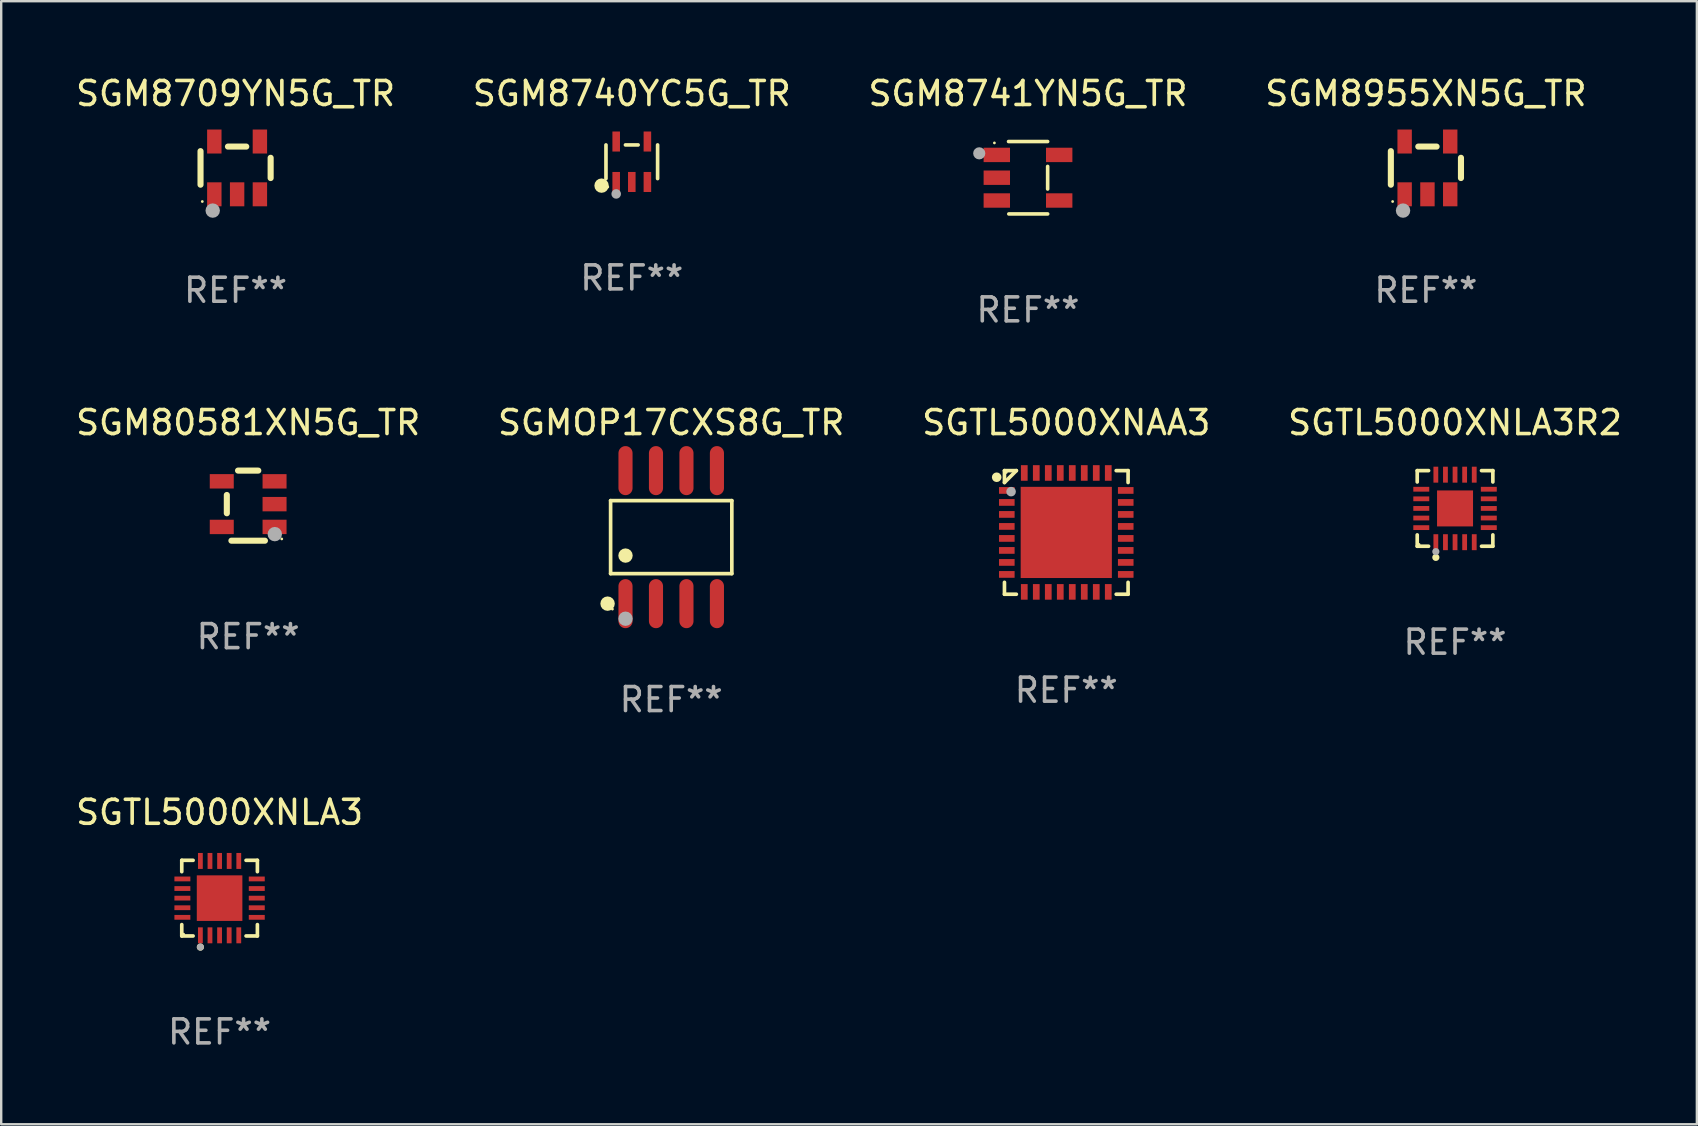
<source format=kicad_pcb>
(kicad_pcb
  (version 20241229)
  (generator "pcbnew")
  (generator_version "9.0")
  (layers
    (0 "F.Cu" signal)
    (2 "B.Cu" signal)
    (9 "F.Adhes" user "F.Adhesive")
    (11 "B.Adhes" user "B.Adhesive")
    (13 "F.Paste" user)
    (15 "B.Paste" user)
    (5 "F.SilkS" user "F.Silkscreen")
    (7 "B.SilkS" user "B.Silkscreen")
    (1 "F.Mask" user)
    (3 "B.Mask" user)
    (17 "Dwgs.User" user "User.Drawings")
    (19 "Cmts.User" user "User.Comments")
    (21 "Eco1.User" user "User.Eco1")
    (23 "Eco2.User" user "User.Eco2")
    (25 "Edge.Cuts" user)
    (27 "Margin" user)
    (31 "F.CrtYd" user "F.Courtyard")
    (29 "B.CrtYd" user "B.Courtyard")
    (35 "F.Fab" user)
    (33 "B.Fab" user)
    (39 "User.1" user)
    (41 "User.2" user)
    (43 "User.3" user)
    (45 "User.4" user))
  (footprint "SGTL5000XNLA3R2"
    (layer "F.Cu")
    (at 57.589 18.139)
    (property "Reference" "SGTL5000XNLA3R2" (at 0 -3.576 0) (layer "F.SilkS") (effects (font (size 1 1) (thickness 0.15))))
    (attr through_hole)
    (fp_line (start -1.576 -1.576) (end -1.103 -1.576) (stroke (width 0.152) (type solid)) (layer "F.SilkS"))
    (fp_line (start -1.576 -1.103) (end -1.576 -1.576) (stroke (width 0.152) (type solid)) (layer "F.SilkS"))
    (fp_line (start -1.576 1.103) (end -1.576 1.576) (stroke (width 0.152) (type solid)) (layer "F.SilkS"))
    (fp_line (start -1.576 1.576) (end -1.103 1.576) (stroke (width 0.152) (type solid)) (layer "F.SilkS"))
    (fp_line (start 1.576 -1.576) (end 1.103 -1.576) (stroke (width 0.152) (type solid)) (layer "F.SilkS"))
    (fp_line (start 1.576 -1.103) (end 1.576 -1.576) (stroke (width 0.152) (type solid)) (layer "F.SilkS"))
    (fp_line (start 1.576 1.103) (end 1.576 1.576) (stroke (width 0.152) (type solid)) (layer "F.SilkS"))
    (fp_line (start 1.576 1.576) (end 1.103 1.576) (stroke (width 0.152) (type solid)) (layer "F.SilkS"))
    (fp_circle (center -1.5 1.5) (end -1.47 1.5) (stroke (width 0.06) (type solid)) (fill no) (layer "F.SilkS"))
    (fp_circle (center -0.8 2.04) (end -0.725 2.04) (stroke (width 0.15) (type solid)) (fill no) (layer "F.SilkS"))
    (fp_circle (center -0.8 1.8) (end -0.725 1.8) (stroke (width 0.15) (type solid)) (fill no) (layer "F.Fab"))
    (fp_text user "REF**" (at 0 5.576 0) (layer "F.Fab") (effects (font (size 1 1) (thickness 0.15))))
    (pad "1" smd rect (at -0.8 1.407) (size 0.2 0.665) (layers "F.Cu" "F.Mask" "F.Paste"))
    (pad "2" smd rect (at -0.4 1.407) (size 0.2 0.665) (layers "F.Cu" "F.Mask" "F.Paste"))
    (pad "3" smd rect (at 0 1.407) (size 0.2 0.665) (layers "F.Cu" "F.Mask" "F.Paste"))
    (pad "4" smd rect (at 0.4 1.407) (size 0.2 0.665) (layers "F.Cu" "F.Mask" "F.Paste"))
    (pad "5" smd rect (at 0.8 1.407) (size 0.2 0.665) (layers "F.Cu" "F.Mask" "F.Paste"))
    (pad "6" smd rect (at 1.407 0.8) (size 0.665 0.2) (layers "F.Cu" "F.Mask" "F.Paste"))
    (pad "7" smd rect (at 1.407 0.4) (size 0.665 0.2) (layers "F.Cu" "F.Mask" "F.Paste"))
    (pad "8" smd rect (at 1.407 0) (size 0.665 0.2) (layers "F.Cu" "F.Mask" "F.Paste"))
    (pad "9" smd rect (at 1.407 -0.4) (size 0.665 0.2) (layers "F.Cu" "F.Mask" "F.Paste"))
    (pad "10" smd rect (at 1.407 -0.8) (size 0.665 0.2) (layers "F.Cu" "F.Mask" "F.Paste"))
    (pad "11" smd rect (at 0.8 -1.407) (size 0.2 0.665) (layers "F.Cu" "F.Mask" "F.Paste"))
    (pad "12" smd rect (at 0.4 -1.407) (size 0.2 0.665) (layers "F.Cu" "F.Mask" "F.Paste"))
    (pad "13" smd rect (at 0 -1.407) (size 0.2 0.665) (layers "F.Cu" "F.Mask" "F.Paste"))
    (pad "14" smd rect (at -0.4 -1.407) (size 0.2 0.665) (layers "F.Cu" "F.Mask" "F.Paste"))
    (pad "15" smd rect (at -0.8 -1.407) (size 0.2 0.665) (layers "F.Cu" "F.Mask" "F.Paste"))
    (pad "16" smd rect (at -1.407 -0.8) (size 0.665 0.2) (layers "F.Cu" "F.Mask" "F.Paste"))
    (pad "17" smd rect (at -1.407 -0.4) (size 0.665 0.2) (layers "F.Cu" "F.Mask" "F.Paste"))
    (pad "18" smd rect (at -1.407 0) (size 0.665 0.2) (layers "F.Cu" "F.Mask" "F.Paste"))
    (pad "19" smd rect (at -1.407 0.4) (size 0.665 0.2) (layers "F.Cu" "F.Mask" "F.Paste"))
    (pad "20" smd rect (at -1.407 0.8) (size 0.665 0.2) (layers "F.Cu" "F.Mask" "F.Paste"))
    (pad "21" smd rect (at 0 0) (size 1.5 1.5) (layers "F.Cu" "F.Mask" "F.Paste")))
  (footprint "SGM80581XN5G_TR"
    (layer "F.Cu")
    (at 7.292 18.023)
    (property "Reference" "SGM80581XN5G_TR" (at 0 -3.461 0) (layer "F.SilkS") (effects (font (size 1 1) (thickness 0.15))))
    (attr through_hole)
    (fp_line (start -0.889 0.317) (end -0.889 -0.445) (stroke (width 0.254) (type solid)) (layer "F.SilkS"))
    (fp_line (start -0.698 1.46) (end 0.699 1.461) (stroke (width 0.254) (type solid)) (layer "F.SilkS"))
    (fp_line (start -0.422 -1.461) (end 0.422 -1.461) (stroke (width 0.254) (type solid)) (layer "F.SilkS"))
    (fp_circle (center 1.4 1.387) (end 1.43 1.387) (stroke (width 0.06) (type solid)) (fill no) (layer "F.SilkS"))
    (fp_circle (center 1.11 1.187) (end 1.26 1.187) (stroke (width 0.3) (type solid)) (fill no) (layer "F.Fab"))
    (fp_text user "REF**" (at 0 5.461 0) (layer "F.Fab") (effects (font (size 1 1) (thickness 0.15))))
    (pad "1" smd rect (at 1.1 0.886 90) (size 0.6 1) (layers "F.Cu" "F.Mask" "F.Paste"))
    (pad "2" smd rect (at 1.1 -0.063 90) (size 0.6 1) (layers "F.Cu" "F.Mask" "F.Paste"))
    (pad "3" smd rect (at 1.1 -1.013 90) (size 0.6 1) (layers "F.Cu" "F.Mask" "F.Paste"))
    (pad "4" smd rect (at -1.1 -1.014 90) (size 0.6 1) (layers "F.Cu" "F.Mask" "F.Paste"))
    (pad "5" smd rect (at -1.1 0.887 90) (size 0.6 1) (layers "F.Cu" "F.Mask" "F.Paste")))
  (footprint "SGM8955XN5G_TR"
    (layer "F.Cu")
    (at 56.375 3.948)
    (property "Reference" "SGM8955XN5G_TR" (at 0 -3.1 0) (layer "F.SilkS") (effects (font (size 1 1) (thickness 0.15))))
    (attr through_hole)
    (fp_line (start -1.461 -0.699) (end -1.461 0.699) (stroke (width 0.254) (type solid)) (layer "F.SilkS"))
    (fp_line (start -0.318 -0.889) (end 0.445 -0.889) (stroke (width 0.254) (type solid)) (layer "F.SilkS"))
    (fp_line (start 1.461 -0.422) (end 1.461 0.422) (stroke (width 0.254) (type solid)) (layer "F.SilkS"))
    (fp_circle (center -1.387 1.4) (end -1.357 1.4) (stroke (width 0.06) (type solid)) (fill no) (layer "F.SilkS"))
    (fp_circle (center -0.953 1.778) (end -0.802 1.778) (stroke (width 0.3) (type solid)) (fill no) (layer "F.Fab"))
    (fp_text user "REF**" (at 0 5.1 0) (layer "F.Fab") (effects (font (size 1 1) (thickness 0.15))))
    (pad "1" smd rect (at -0.886 1.1) (size 0.6 1) (layers "F.Cu" "F.Mask" "F.Paste"))
    (pad "2" smd rect (at 0.064 1.1) (size 0.6 1) (layers "F.Cu" "F.Mask" "F.Paste"))
    (pad "3" smd rect (at 1.013 1.1) (size 0.6 1) (layers "F.Cu" "F.Mask" "F.Paste"))
    (pad "4" smd rect (at 1.013 -1.1) (size 0.6 1) (layers "F.Cu" "F.Mask" "F.Paste"))
    (pad "5" smd rect (at -0.886 -1.1) (size 0.6 1) (layers "F.Cu" "F.Mask" "F.Paste")))
  (footprint "SGTL5000XNAA3"
    (layer "F.Cu")
    (at 41.387 19.139)
    (property "Reference" "SGTL5000XNAA3" (at 0 -4.576 0) (layer "F.SilkS") (effects (font (size 1 1) (thickness 0.15))))
    (attr through_hole)
    (fp_line (start -2.576 -2.576) (end -2.576 -2.08) (stroke (width 0.152) (type solid)) (layer "F.SilkS"))
    (fp_line (start -2.576 2.576) (end -2.576 2.08) (stroke (width 0.152) (type solid)) (layer "F.SilkS"))
    (fp_line (start -2.08 -2.576) (end -2.576 -2.576) (stroke (width 0.152) (type solid)) (layer "F.SilkS"))
    (fp_line (start -2.08 -2.576) (end -2.576 -2.08) (stroke (width 0.152) (type solid)) (layer "F.SilkS"))
    (fp_line (start -2.08 2.576) (end -2.576 2.576) (stroke (width 0.152) (type solid)) (layer "F.SilkS"))
    (fp_line (start 2.08 -2.576) (end 2.576 -2.576) (stroke (width 0.152) (type solid)) (layer "F.SilkS"))
    (fp_line (start 2.08 2.576) (end 2.576 2.576) (stroke (width 0.152) (type solid)) (layer "F.SilkS"))
    (fp_line (start 2.576 -2.576) (end 2.576 -2.08) (stroke (width 0.152) (type solid)) (layer "F.SilkS"))
    (fp_line (start 2.576 2.576) (end 2.576 2.08) (stroke (width 0.152) (type solid)) (layer "F.SilkS"))
    (fp_circle (center -2.9 -2.3) (end -2.8 -2.3) (stroke (width 0.2) (type solid)) (fill no) (layer "F.SilkS"))
    (fp_circle (center -2.5 -2.5) (end -2.47 -2.5) (stroke (width 0.06) (type solid)) (fill no) (layer "F.SilkS"))
    (fp_circle (center -2.3 -1.7) (end -2.2 -1.7) (stroke (width 0.2) (type solid)) (fill no) (layer "F.Fab"))
    (fp_text user "REF**" (at 0 6.576 0) (layer "F.Fab") (effects (font (size 1 1) (thickness 0.15))))
    (pad "1" smd rect (at -2.478 -1.75) (size 0.65 0.28) (layers "F.Cu" "F.Mask" "F.Paste"))
    (pad "2" smd rect (at -2.478 -1.25) (size 0.65 0.28) (layers "F.Cu" "F.Mask" "F.Paste"))
    (pad "3" smd rect (at -2.478 -0.75) (size 0.65 0.28) (layers "F.Cu" "F.Mask" "F.Paste"))
    (pad "4" smd rect (at -2.478 -0.25) (size 0.65 0.28) (layers "F.Cu" "F.Mask" "F.Paste"))
    (pad "5" smd rect (at -2.478 0.25) (size 0.65 0.28) (layers "F.Cu" "F.Mask" "F.Paste"))
    (pad "6" smd rect (at -2.478 0.75) (size 0.65 0.28) (layers "F.Cu" "F.Mask" "F.Paste"))
    (pad "7" smd rect (at -2.478 1.25) (size 0.65 0.28) (layers "F.Cu" "F.Mask" "F.Paste"))
    (pad "8" smd rect (at -2.478 1.75) (size 0.65 0.28) (layers "F.Cu" "F.Mask" "F.Paste"))
    (pad "9" smd rect (at -1.75 2.478) (size 0.28 0.65) (layers "F.Cu" "F.Mask" "F.Paste"))
    (pad "10" smd rect (at -1.25 2.478) (size 0.28 0.65) (layers "F.Cu" "F.Mask" "F.Paste"))
    (pad "11" smd rect (at -0.75 2.478) (size 0.28 0.65) (layers "F.Cu" "F.Mask" "F.Paste"))
    (pad "12" smd rect (at -0.25 2.478) (size 0.28 0.65) (layers "F.Cu" "F.Mask" "F.Paste"))
    (pad "13" smd rect (at 0.25 2.478) (size 0.28 0.65) (layers "F.Cu" "F.Mask" "F.Paste"))
    (pad "14" smd rect (at 0.75 2.478) (size 0.28 0.65) (layers "F.Cu" "F.Mask" "F.Paste"))
    (pad "15" smd rect (at 1.25 2.478) (size 0.28 0.65) (layers "F.Cu" "F.Mask" "F.Paste"))
    (pad "16" smd rect (at 1.75 2.478) (size 0.28 0.65) (layers "F.Cu" "F.Mask" "F.Paste"))
    (pad "17" smd rect (at 2.478 1.75) (size 0.65 0.28) (layers "F.Cu" "F.Mask" "F.Paste"))
    (pad "18" smd rect (at 2.478 1.25) (size 0.65 0.28) (layers "F.Cu" "F.Mask" "F.Paste"))
    (pad "19" smd rect (at 2.478 0.75) (size 0.65 0.28) (layers "F.Cu" "F.Mask" "F.Paste"))
    (pad "20" smd rect (at 2.478 0.25) (size 0.65 0.28) (layers "F.Cu" "F.Mask" "F.Paste"))
    (pad "21" smd rect (at 2.478 -0.25) (size 0.65 0.28) (layers "F.Cu" "F.Mask" "F.Paste"))
    (pad "22" smd rect (at 2.478 -0.75) (size 0.65 0.28) (layers "F.Cu" "F.Mask" "F.Paste"))
    (pad "23" smd rect (at 2.478 -1.25) (size 0.65 0.28) (layers "F.Cu" "F.Mask" "F.Paste"))
    (pad "24" smd rect (at 2.478 -1.75) (size 0.65 0.28) (layers "F.Cu" "F.Mask" "F.Paste"))
    (pad "25" smd rect (at 1.75 -2.478) (size 0.28 0.65) (layers "F.Cu" "F.Mask" "F.Paste"))
    (pad "26" smd rect (at 1.25 -2.478) (size 0.28 0.65) (layers "F.Cu" "F.Mask" "F.Paste"))
    (pad "27" smd rect (at 0.75 -2.478) (size 0.28 0.65) (layers "F.Cu" "F.Mask" "F.Paste"))
    (pad "28" smd rect (at 0.25 -2.478) (size 0.28 0.65) (layers "F.Cu" "F.Mask" "F.Paste"))
    (pad "29" smd rect (at -0.25 -2.478) (size 0.28 0.65) (layers "F.Cu" "F.Mask" "F.Paste"))
    (pad "30" smd rect (at -0.75 -2.478) (size 0.28 0.65) (layers "F.Cu" "F.Mask" "F.Paste"))
    (pad "31" smd rect (at -1.25 -2.478) (size 0.28 0.65) (layers "F.Cu" "F.Mask" "F.Paste"))
    (pad "32" smd rect (at -1.75 -2.478) (size 0.28 0.65) (layers "F.Cu" "F.Mask" "F.Paste"))
    (pad "33" smd rect (at 0 0) (size 3.8 3.8) (layers "F.Cu" "F.Mask" "F.Paste")))
  (footprint "SGMOP17CXS8G_TR"
    (layer "F.Cu")
    (at 24.923 19.335)
    (property "Reference" "SGMOP17CXS8G_TR" (at 0 -4.772 0) (layer "F.SilkS") (effects (font (size 1 1) (thickness 0.15))))
    (attr through_hole)
    (fp_line (start -2.526 -1.521) (end 2.526 -1.521) (stroke (width 0.152) (type solid)) (layer "F.SilkS"))
    (fp_line (start -2.526 1.521) (end -2.526 -1.521) (stroke (width 0.152) (type solid)) (layer "F.SilkS"))
    (fp_line (start 2.526 -1.521) (end 2.526 1.521) (stroke (width 0.152) (type solid)) (layer "F.SilkS"))
    (fp_line (start 2.526 1.521) (end -2.526 1.521) (stroke (width 0.152) (type solid)) (layer "F.SilkS"))
    (fp_circle (center -2.652 2.772) (end -2.501 2.772) (stroke (width 0.3) (type solid)) (fill no) (layer "F.SilkS"))
    (fp_circle (center -2.45 3) (end -2.42 3) (stroke (width 0.06) (type solid)) (fill no) (layer "F.SilkS"))
    (fp_circle (center -1.905 0.769) (end -1.755 0.769) (stroke (width 0.3) (type solid)) (fill no) (layer "F.SilkS"))
    (fp_circle (center -1.905 3.4) (end -1.755 3.4) (stroke (width 0.3) (type solid)) (fill no) (layer "F.Fab"))
    (fp_text user "REF**" (at 0 6.772 0) (layer "F.Fab") (effects (font (size 1 1) (thickness 0.15))))
    (pad "1" smd oval (at -1.905 2.772) (size 0.588 2.045) (layers "F.Cu" "F.Mask" "F.Paste"))
    (pad "2" smd oval (at -0.635 2.772) (size 0.588 2.045) (layers "F.Cu" "F.Mask" "F.Paste"))
    (pad "3" smd oval (at 0.635 2.772) (size 0.588 2.045) (layers "F.Cu" "F.Mask" "F.Paste"))
    (pad "4" smd oval (at 1.905 2.772) (size 0.588 2.045) (layers "F.Cu" "F.Mask" "F.Paste"))
    (pad "5" smd oval (at 1.905 -2.772) (size 0.588 2.045) (layers "F.Cu" "F.Mask" "F.Paste"))
    (pad "6" smd oval (at 0.635 -2.772) (size 0.588 2.045) (layers "F.Cu" "F.Mask" "F.Paste"))
    (pad "7" smd oval (at -0.635 -2.772) (size 0.588 2.045) (layers "F.Cu" "F.Mask" "F.Paste"))
    (pad "8" smd oval (at -1.905 -2.772) (size 0.588 2.045) (layers "F.Cu" "F.Mask" "F.Paste")))
  (footprint "SGM8709YN5G_TR"
    (layer "F.Cu")
    (at 6.768 3.948)
    (property "Reference" "SGM8709YN5G_TR" (at 0 -3.1 0) (layer "F.SilkS") (effects (font (size 1 1) (thickness 0.15))))
    (attr through_hole)
    (fp_line (start -1.461 -0.699) (end -1.461 0.699) (stroke (width 0.254) (type solid)) (layer "F.SilkS"))
    (fp_line (start -0.318 -0.889) (end 0.445 -0.889) (stroke (width 0.254) (type solid)) (layer "F.SilkS"))
    (fp_line (start 1.461 -0.422) (end 1.461 0.422) (stroke (width 0.254) (type solid)) (layer "F.SilkS"))
    (fp_circle (center -1.387 1.4) (end -1.357 1.4) (stroke (width 0.06) (type solid)) (fill no) (layer "F.SilkS"))
    (fp_circle (center -0.953 1.778) (end -0.802 1.778) (stroke (width 0.3) (type solid)) (fill no) (layer "F.Fab"))
    (fp_text user "REF**" (at 0 5.1 0) (layer "F.Fab") (effects (font (size 1 1) (thickness 0.15))))
    (pad "1" smd rect (at -0.886 1.1) (size 0.6 1) (layers "F.Cu" "F.Mask" "F.Paste"))
    (pad "2" smd rect (at 0.064 1.1) (size 0.6 1) (layers "F.Cu" "F.Mask" "F.Paste"))
    (pad "3" smd rect (at 1.013 1.1) (size 0.6 1) (layers "F.Cu" "F.Mask" "F.Paste"))
    (pad "4" smd rect (at 1.013 -1.1) (size 0.6 1) (layers "F.Cu" "F.Mask" "F.Paste"))
    (pad "5" smd rect (at -0.886 -1.1) (size 0.6 1) (layers "F.Cu" "F.Mask" "F.Paste")))
  (footprint "SGTL5000XNLA3"
    (layer "F.Cu")
    (at 6.101 34.38)
    (property "Reference" "SGTL5000XNLA3" (at 0 -3.576 0) (layer "F.SilkS") (effects (font (size 1 1) (thickness 0.15))))
    (attr through_hole)
    (fp_line (start -1.576 -1.576) (end -1.103 -1.576) (stroke (width 0.152) (type solid)) (layer "F.SilkS"))
    (fp_line (start -1.576 -1.103) (end -1.576 -1.576) (stroke (width 0.152) (type solid)) (layer "F.SilkS"))
    (fp_line (start -1.576 1.103) (end -1.576 1.576) (stroke (width 0.152) (type solid)) (layer "F.SilkS"))
    (fp_line (start -1.576 1.576) (end -1.103 1.576) (stroke (width 0.152) (type solid)) (layer "F.SilkS"))
    (fp_line (start 1.576 -1.576) (end 1.103 -1.576) (stroke (width 0.152) (type solid)) (layer "F.SilkS"))
    (fp_line (start 1.576 -1.103) (end 1.576 -1.576) (stroke (width 0.152) (type solid)) (layer "F.SilkS"))
    (fp_line (start 1.576 1.103) (end 1.576 1.576) (stroke (width 0.152) (type solid)) (layer "F.SilkS"))
    (fp_line (start 1.576 1.576) (end 1.103 1.576) (stroke (width 0.152) (type solid)) (layer "F.SilkS"))
    (fp_circle (center -1.5 1.5) (end -1.47 1.5) (stroke (width 0.06) (type solid)) (fill no) (layer "F.SilkS"))
    (fp_circle (center -0.8 2.04) (end -0.725 2.04) (stroke (width 0.15) (type solid)) (fill no) (layer "F.SilkS"))
    (fp_circle (center -0.8 2.04) (end -0.725 2.04) (stroke (width 0.15) (type solid)) (fill no) (layer "F.Fab"))
    (fp_text user "REF**" (at 0 5.576 0) (layer "F.Fab") (effects (font (size 1 1) (thickness 0.15))))
    (pad "1" smd rect (at -0.8 1.55) (size 0.2 0.665) (layers "F.Cu" "F.Mask" "F.Paste"))
    (pad "2" smd rect (at -0.4 1.55) (size 0.2 0.665) (layers "F.Cu" "F.Mask" "F.Paste"))
    (pad "3" smd rect (at 0 1.55) (size 0.2 0.665) (layers "F.Cu" "F.Mask" "F.Paste"))
    (pad "4" smd rect (at 0.4 1.55) (size 0.2 0.665) (layers "F.Cu" "F.Mask" "F.Paste"))
    (pad "5" smd rect (at 0.8 1.55) (size 0.2 0.665) (layers "F.Cu" "F.Mask" "F.Paste"))
    (pad "6" smd rect (at 1.55 0.8) (size 0.665 0.2) (layers "F.Cu" "F.Mask" "F.Paste"))
    (pad "7" smd rect (at 1.55 0.4) (size 0.665 0.2) (layers "F.Cu" "F.Mask" "F.Paste"))
    (pad "8" smd rect (at 1.55 0) (size 0.665 0.2) (layers "F.Cu" "F.Mask" "F.Paste"))
    (pad "9" smd rect (at 1.55 -0.4) (size 0.665 0.2) (layers "F.Cu" "F.Mask" "F.Paste"))
    (pad "10" smd rect (at 1.55 -0.8) (size 0.665 0.2) (layers "F.Cu" "F.Mask" "F.Paste"))
    (pad "11" smd rect (at 0.8 -1.55) (size 0.2 0.665) (layers "F.Cu" "F.Mask" "F.Paste"))
    (pad "12" smd rect (at 0.4 -1.55) (size 0.2 0.665) (layers "F.Cu" "F.Mask" "F.Paste"))
    (pad "13" smd rect (at 0 -1.55) (size 0.2 0.665) (layers "F.Cu" "F.Mask" "F.Paste"))
    (pad "14" smd rect (at -0.4 -1.55) (size 0.2 0.665) (layers "F.Cu" "F.Mask" "F.Paste"))
    (pad "15" smd rect (at -0.8 -1.55) (size 0.2 0.665) (layers "F.Cu" "F.Mask" "F.Paste"))
    (pad "16" smd rect (at -1.55 -0.8) (size 0.665 0.2) (layers "F.Cu" "F.Mask" "F.Paste"))
    (pad "17" smd rect (at -1.55 -0.4) (size 0.665 0.2) (layers "F.Cu" "F.Mask" "F.Paste"))
    (pad "18" smd rect (at -1.55 0) (size 0.665 0.2) (layers "F.Cu" "F.Mask" "F.Paste"))
    (pad "19" smd rect (at -1.55 0.4) (size 0.665 0.2) (layers "F.Cu" "F.Mask" "F.Paste"))
    (pad "20" smd rect (at -1.55 0.8) (size 0.665 0.2) (layers "F.Cu" "F.Mask" "F.Paste"))
    (pad "21" smd rect (at 0 0) (size 1.9 1.9) (layers "F.Cu" "F.Mask" "F.Paste")))
  (footprint "SGM8740YC5G_TR"
    (layer "F.Cu")
    (at 23.28 3.691)
    (property "Reference" "SGM8740YC5G_TR" (at 0 -2.843 0) (layer "F.SilkS") (effects (font (size 1 1) (thickness 0.15))))
    (attr through_hole)
    (fp_line (start -1.076 0.701) (end -1.076 -0.701) (stroke (width 0.152) (type solid)) (layer "F.SilkS"))
    (fp_line (start 0.264 -0.701) (end -0.264 -0.701) (stroke (width 0.152) (type solid)) (layer "F.SilkS"))
    (fp_line (start 1.076 0.701) (end 1.076 -0.701) (stroke (width 0.152) (type solid)) (layer "F.SilkS"))
    (fp_circle (center -1.26 0.995) (end -1.11 0.995) (stroke (width 0.3) (type solid)) (fill no) (layer "F.SilkS"))
    (fp_circle (center -1 1.05) (end -0.97 1.05) (stroke (width 0.06) (type solid)) (fill no) (layer "F.SilkS"))
    (fp_circle (center -0.65 1.341) (end -0.55 1.341) (stroke (width 0.2) (type solid)) (fill no) (layer "F.Fab"))
    (fp_text user "REF**" (at 0 4.843 0) (layer "F.Fab") (effects (font (size 1 1) (thickness 0.15))))
    (pad "1" smd rect (at -0.65 0.843) (size 0.315 0.835) (layers "F.Cu" "F.Mask" "F.Paste"))
    (pad "2" smd rect (at 0.00014 0.843) (size 0.315 0.835) (layers "F.Cu" "F.Mask" "F.Paste"))
    (pad "3" smd rect (at 0.65 0.843) (size 0.315 0.835) (layers "F.Cu" "F.Mask" "F.Paste"))
    (pad "4" smd rect (at 0.65 -0.843) (size 0.315 0.835) (layers "F.Cu" "F.Mask" "F.Paste"))
    (pad "5" smd rect (at -0.65 -0.843) (size 0.315 0.835) (layers "F.Cu" "F.Mask" "F.Paste")))
  (footprint "SGM8741YN5G_TR"
    (layer "F.Cu")
    (at 39.792 4.357)
    (property "Reference" "SGM8741YN5G_TR" (at 0 -3.509 0) (layer "F.SilkS") (effects (font (size 1 1) (thickness 0.15))))
    (attr through_hole)
    (fp_line (start -0.811 -1.509) (end 0.819 -1.509) (stroke (width 0.15) (type solid)) (layer "F.SilkS"))
    (fp_line (start -0.8 1.509) (end 0.82 1.509) (stroke (width 0.15) (type solid)) (layer "F.SilkS"))
    (fp_line (start 0.819 -0.472) (end 0.819 0.47) (stroke (width 0.15) (type solid)) (layer "F.SilkS"))
    (fp_circle (center -1.4 -1.451) (end -1.37 -1.451) (stroke (width 0.06) (type solid)) (fill no) (layer "F.SilkS"))
    (fp_circle (center -2.032 -1.017) (end -1.905 -1.017) (stroke (width 0.254) (type solid)) (fill no) (layer "F.Fab"))
    (fp_text user "REF**" (at 0 5.509 0) (layer "F.Fab") (effects (font (size 1 1) (thickness 0.15))))
    (pad "1" smd rect (at -1.3 -0.951) (size 1.1 0.6) (layers "F.Cu" "F.Mask" "F.Paste"))
    (pad "2" smd rect (at -1.3 -0.001) (size 1.1 0.6) (layers "F.Cu" "F.Mask" "F.Paste"))
    (pad "3" smd rect (at -1.3 0.949) (size 1.1 0.6) (layers "F.Cu" "F.Mask" "F.Paste"))
    (pad "4" smd rect (at 1.3 0.949) (size 1.1 0.6) (layers "F.Cu" "F.Mask" "F.Paste"))
    (pad "5" smd rect (at 1.3 -0.951) (size 1.1 0.6) (layers "F.Cu" "F.Mask" "F.Paste")))
  (gr_rect
    (start -3 -3)
    (end 67.667 43.805)
    (stroke (width 0.1) (type default))
    (fill no)
    (layer "Edge.Cuts")))
</source>
